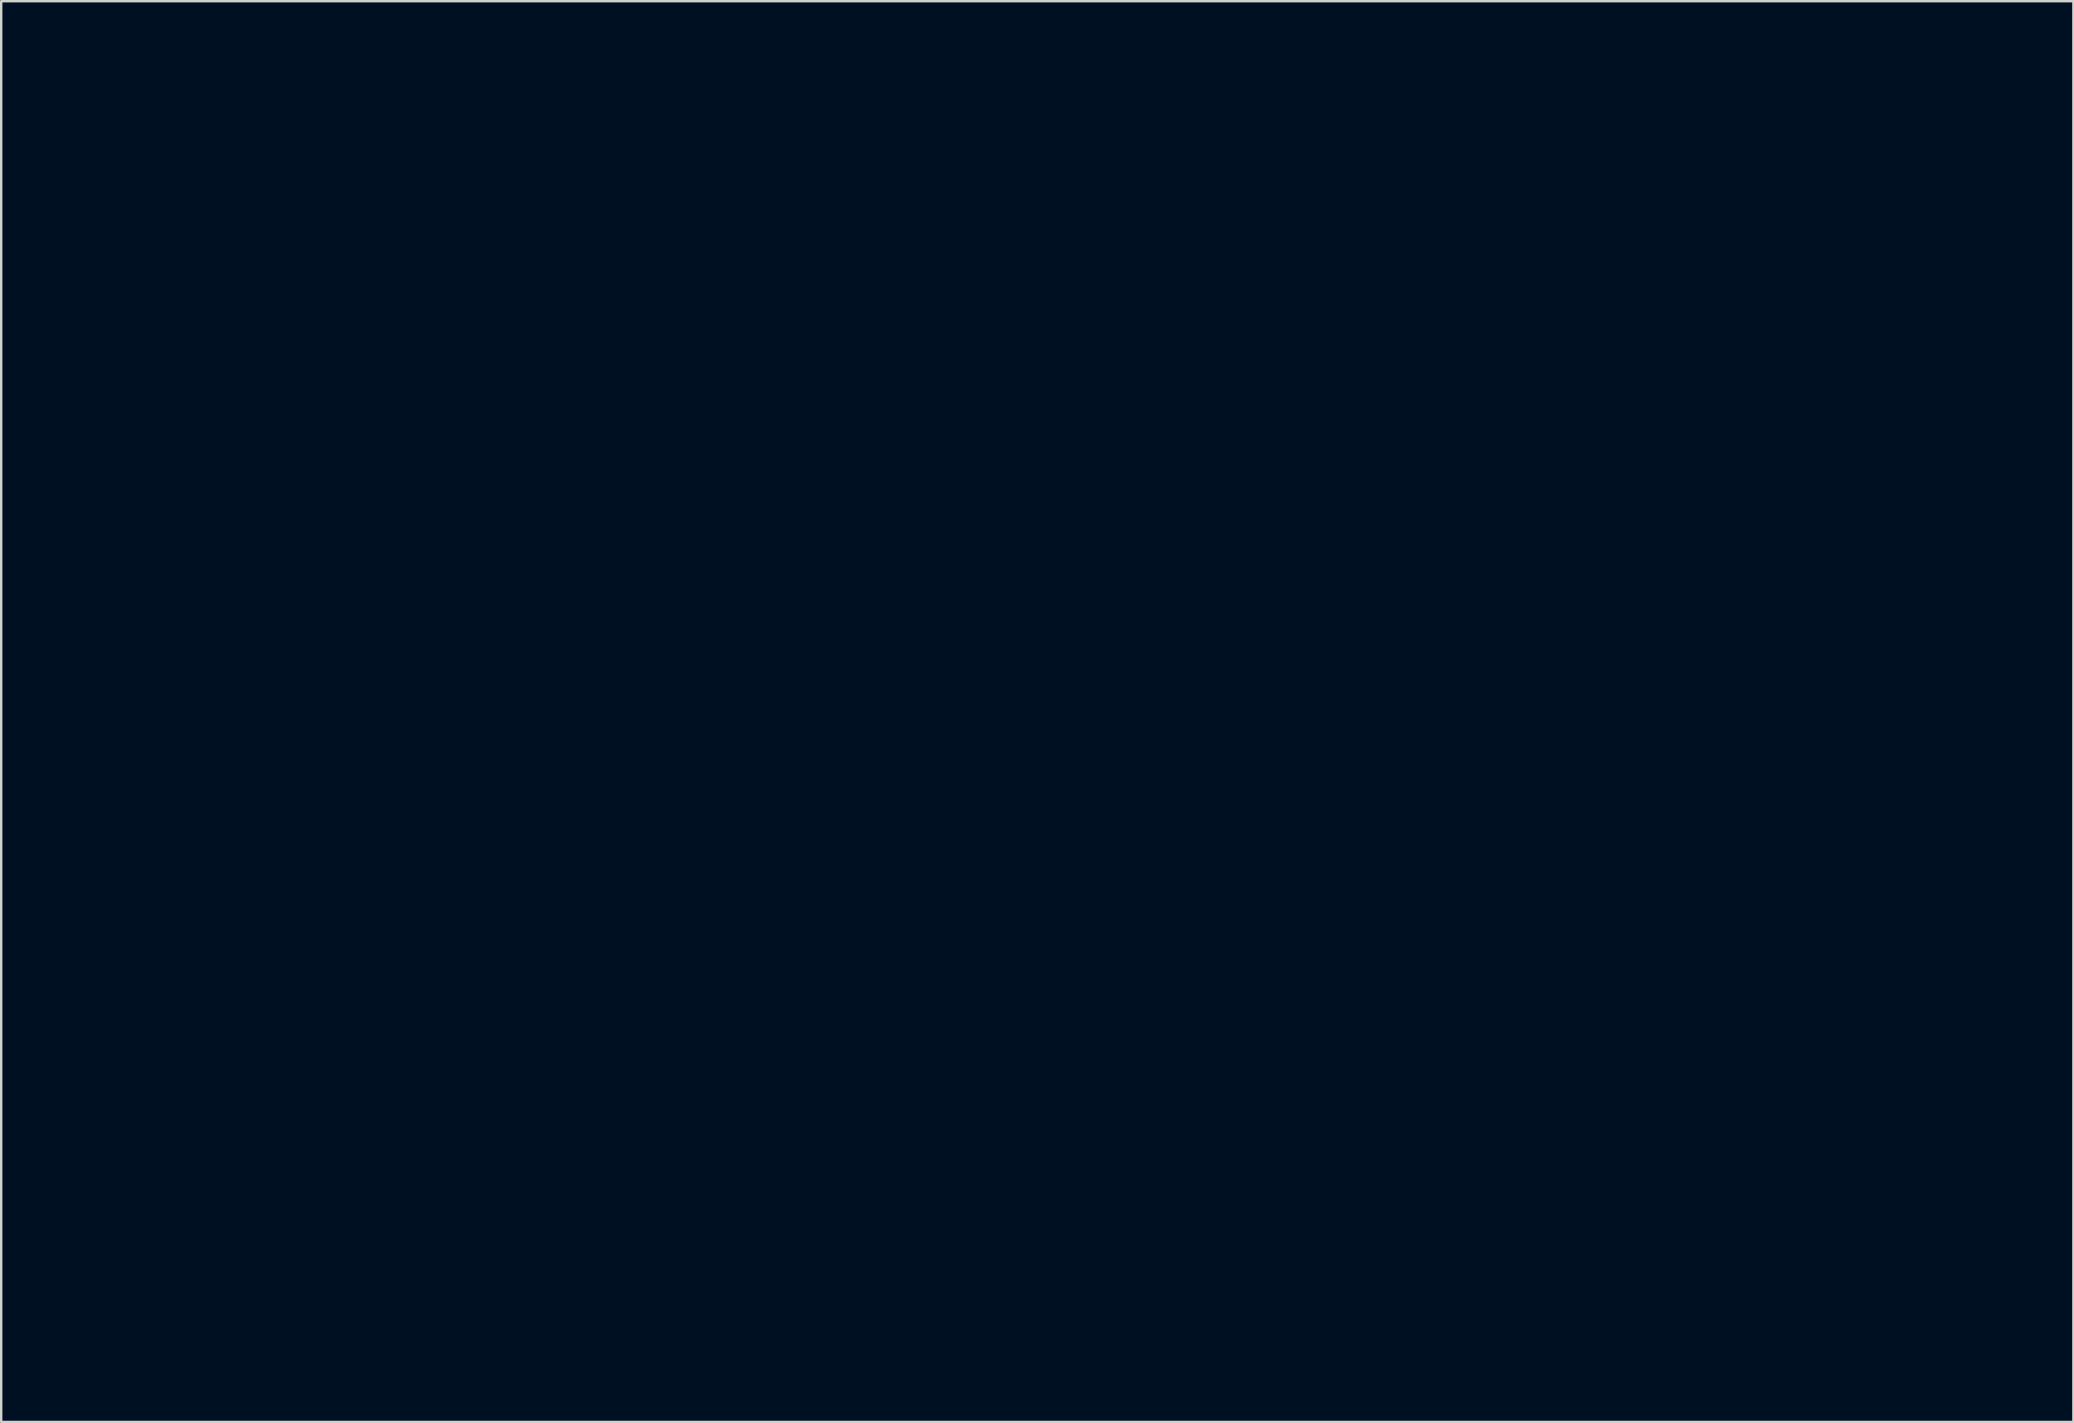
<source format=kicad_pcb>
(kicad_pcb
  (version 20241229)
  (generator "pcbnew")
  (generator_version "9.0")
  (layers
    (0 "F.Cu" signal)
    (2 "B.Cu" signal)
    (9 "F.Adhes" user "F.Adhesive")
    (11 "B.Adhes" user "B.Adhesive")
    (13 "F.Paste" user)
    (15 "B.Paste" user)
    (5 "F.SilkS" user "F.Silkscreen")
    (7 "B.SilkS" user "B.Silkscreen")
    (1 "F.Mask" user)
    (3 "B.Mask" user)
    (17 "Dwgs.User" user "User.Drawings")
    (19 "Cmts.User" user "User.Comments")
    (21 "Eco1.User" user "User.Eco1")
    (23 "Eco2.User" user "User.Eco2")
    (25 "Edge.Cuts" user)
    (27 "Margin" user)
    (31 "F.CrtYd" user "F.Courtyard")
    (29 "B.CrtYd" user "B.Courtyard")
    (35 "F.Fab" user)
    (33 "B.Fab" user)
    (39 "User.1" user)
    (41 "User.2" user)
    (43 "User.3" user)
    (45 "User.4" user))
  (footprint "hammond1591XXLGY_pcb"
    (layer "F.Cu")
    (at 0.25 51.075)
    (property "Reference" "hammond1591XXLGY_pcb" (at 10.16 1.27 0) (layer "Eco1.User") (effects (font (size 1 1) (thickness 0.15))))
    (attr through_hole)
    (fp_line (start 0 -43.18) (end 7.62 -43.18) (stroke (width 0.15) (type solid)) (layer "Eco1.User"))
    (fp_line (start 0 -7.75) (end 0 -43.25) (stroke (width 0.15) (type solid)) (layer "Eco1.User"))
    (fp_line (start 0 -7.62) (end 7.62 -7.62) (stroke (width 0.15) (type solid)) (layer "Eco1.User"))
    (fp_line (start 7.62 -43.18) (end 7.62 -50.8) (stroke (width 0.15) (type solid)) (layer "Eco1.User"))
    (fp_line (start 7.62 -7.62) (end 7.62 0) (stroke (width 0.15) (type solid)) (layer "Eco1.User"))
    (fp_line (start 7.75 -51) (end 72.25 -51) (stroke (width 0.15) (type solid)) (layer "Eco1.User"))
    (fp_line (start 7.75 0) (end 72.25 0) (stroke (width 0.15) (type solid)) (layer "Eco1.User"))
    (fp_line (start 72.39 -50.8) (end 72.39 -43.18) (stroke (width 0.15) (type solid)) (layer "Eco1.User"))
    (fp_line (start 72.39 -43.18) (end 80.01 -43.18) (stroke (width 0.15) (type solid)) (layer "Eco1.User"))
    (fp_line (start 72.39 -7.62) (end 72.39 0) (stroke (width 0.15) (type solid)) (layer "Eco1.User"))
    (fp_line (start 80 -7.75) (end 80 -43.25) (stroke (width 0.15) (type solid)) (layer "Eco1.User"))
    (fp_line (start 80.01 -7.62) (end 72.39 -7.62) (stroke (width 0.15) (type solid)) (layer "Eco1.User"))
    (fp_circle (center 14.9 -40.75) (end 16.65 -40.75) (stroke (width 0.15) (type solid)) (fill no) (layer "Eco1.User"))
    (fp_circle (center 14.9 -10.25) (end 16.65 -10.25) (stroke (width 0.15) (type solid)) (fill no) (layer "Eco1.User"))
    (fp_circle (center 65.1 -40.75) (end 66.85 -40.75) (stroke (width 0.15) (type solid)) (fill no) (layer "Eco1.User"))
    (fp_circle (center 65.1 -10.25) (end 66.85 -10.25) (stroke (width 0.15) (type solid)) (fill no) (layer "Eco1.User")))
  (gr_rect
    (start -3 -3)
    (end 83.335 56.193)
    (stroke (width 0.1) (type default))
    (fill no)
    (layer "Edge.Cuts")))
</source>
